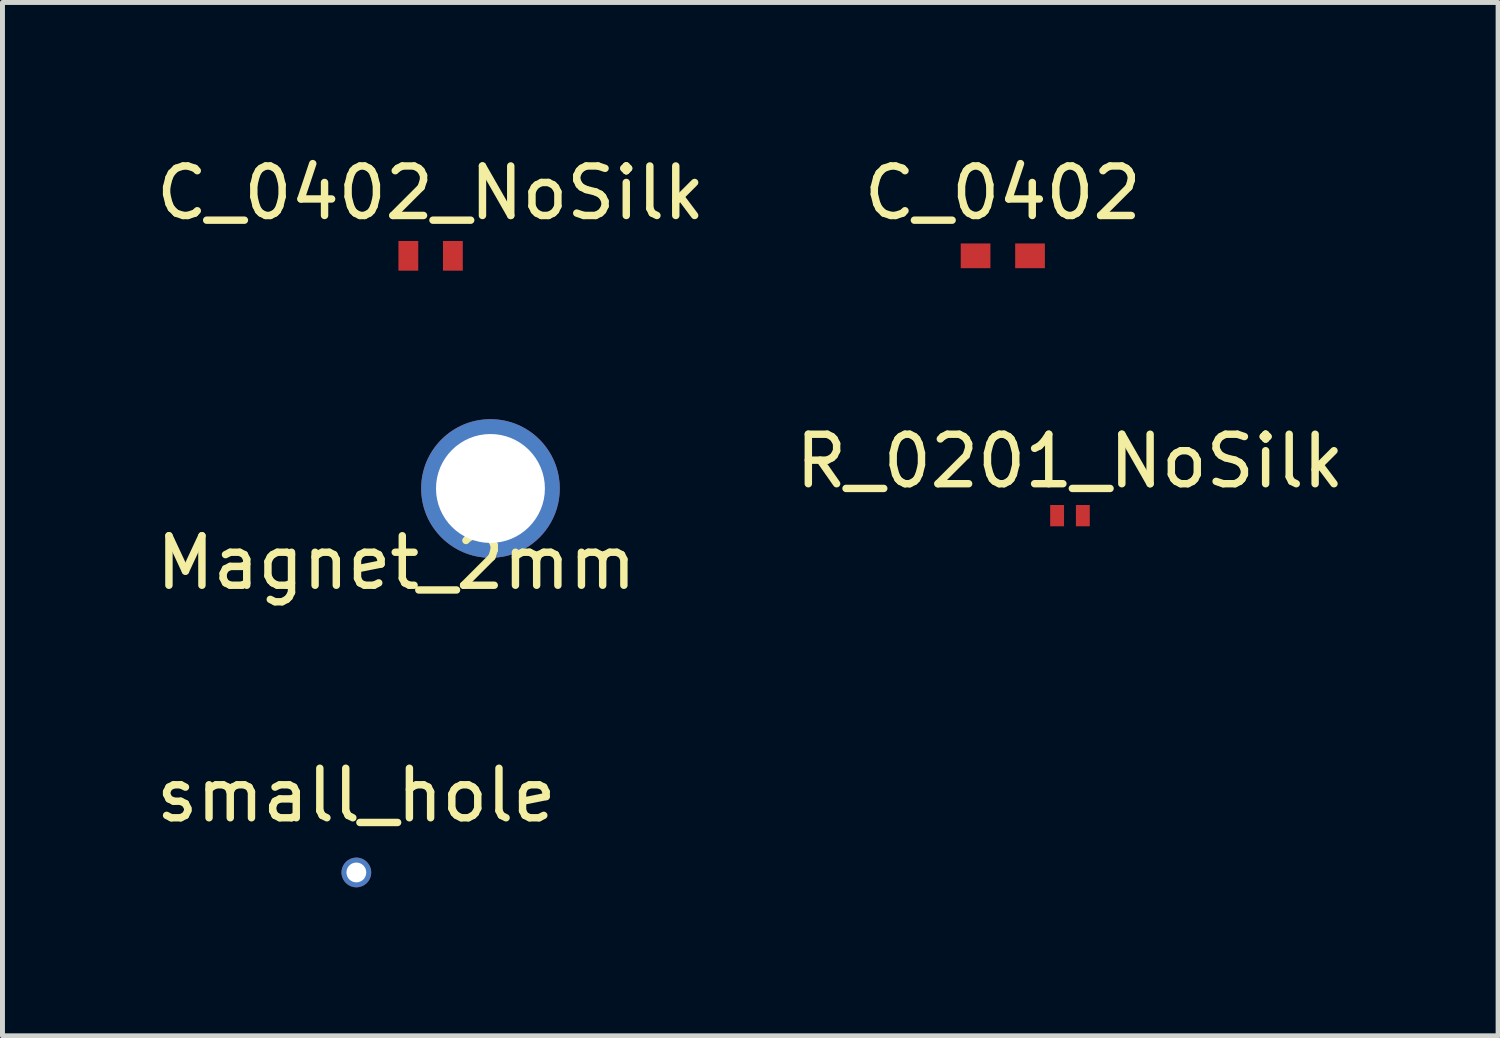
<source format=kicad_pcb>
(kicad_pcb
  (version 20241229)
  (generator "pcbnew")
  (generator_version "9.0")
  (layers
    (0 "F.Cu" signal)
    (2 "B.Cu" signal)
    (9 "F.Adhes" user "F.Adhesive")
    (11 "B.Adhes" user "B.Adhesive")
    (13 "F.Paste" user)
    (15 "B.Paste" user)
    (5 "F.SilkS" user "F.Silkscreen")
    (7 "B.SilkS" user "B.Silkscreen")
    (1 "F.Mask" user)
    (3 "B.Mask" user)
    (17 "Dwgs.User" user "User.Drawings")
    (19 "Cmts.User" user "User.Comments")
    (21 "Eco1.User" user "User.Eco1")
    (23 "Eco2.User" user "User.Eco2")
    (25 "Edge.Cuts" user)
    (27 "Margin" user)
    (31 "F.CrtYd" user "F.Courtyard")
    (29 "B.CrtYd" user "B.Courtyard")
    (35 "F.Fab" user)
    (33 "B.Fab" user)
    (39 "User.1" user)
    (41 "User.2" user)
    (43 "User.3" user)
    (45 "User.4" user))
  (footprint "R_0201_NoSilk"
    (layer "F.Cu")
    (at 18.565 7.367)
    (property "Reference" "R_0201_NoSilk" (at 0 -1.1 0) (layer "F.SilkS") (effects (font (size 1 1) (thickness 0.15))))
    (attr smd)
    (pad "1" smd rect (at -0.26 0) (size 0.28 0.43) (layers "F.Cu" "F.Mask" "F.Paste"))
    (pad "2" smd rect (at 0.26 0) (size 0.28 0.43) (layers "F.Cu" "F.Mask" "F.Paste")))
  (footprint "small_hole"
    (layer "F.Cu")
    (at 4.149 14.575)
    (property "Reference" "small_hole" (at 0 -1.56 0) (layer "F.SilkS") (effects (font (size 1 1) (thickness 0.15))))
    (attr through_hole)
    (pad "1" thru_hole circle (at 0 0) (size 0.6 0.6) (drill 0.4) (layers "*.Cu" "*.Mask")))
  (footprint "C_0402"
    (layer "F.Cu")
    (at 17.208 2.118)
    (property "Reference" "C_0402" (at 0 -1.27 0) (layer "F.SilkS") (effects (font (size 1 1) (thickness 0.15))))
    (attr smd)
    (pad "1" smd rect (at -0.55 0) (size 0.6 0.5) (layers "F.Cu" "F.Mask" "F.Paste"))
    (pad "2" smd rect (at 0.55 0) (size 0.6 0.5) (layers "F.Cu" "F.Mask" "F.Paste")))
  (footprint "C_0402_NoSilk"
    (layer "F.Cu")
    (at 5.649 2.118)
    (property "Reference" "C_0402_NoSilk" (at 0 -1.27 0) (layer "F.SilkS") (effects (font (size 1 1) (thickness 0.15))))
    (attr smd)
    (pad "1" smd rect (at -0.45 0) (size 0.4 0.6) (layers "F.Cu" "F.Mask" "F.Paste"))
    (pad "2" smd rect (at 0.45 0) (size 0.4 0.6) (layers "F.Cu" "F.Mask" "F.Paste")))
  (footprint "Magnet_2mm"
    (layer "F.Cu")
    (at 6.858 6.818)
    (property "Reference" "Magnet_2mm" (at -1.9 1.5 0) (layer "F.SilkS") (effects (font (size 1 1) (thickness 0.15))))
    (attr through_hole)
    (pad "1" thru_hole circle (at 0 0) (size 2.8 2.8) (drill 2.2) (layers "*.Cu" "*.Mask")))
  (gr_rect
    (start -3 -3)
    (end 27.214 17.875)
    (stroke (width 0.1) (type default))
    (fill no)
    (layer "Edge.Cuts")))
</source>
